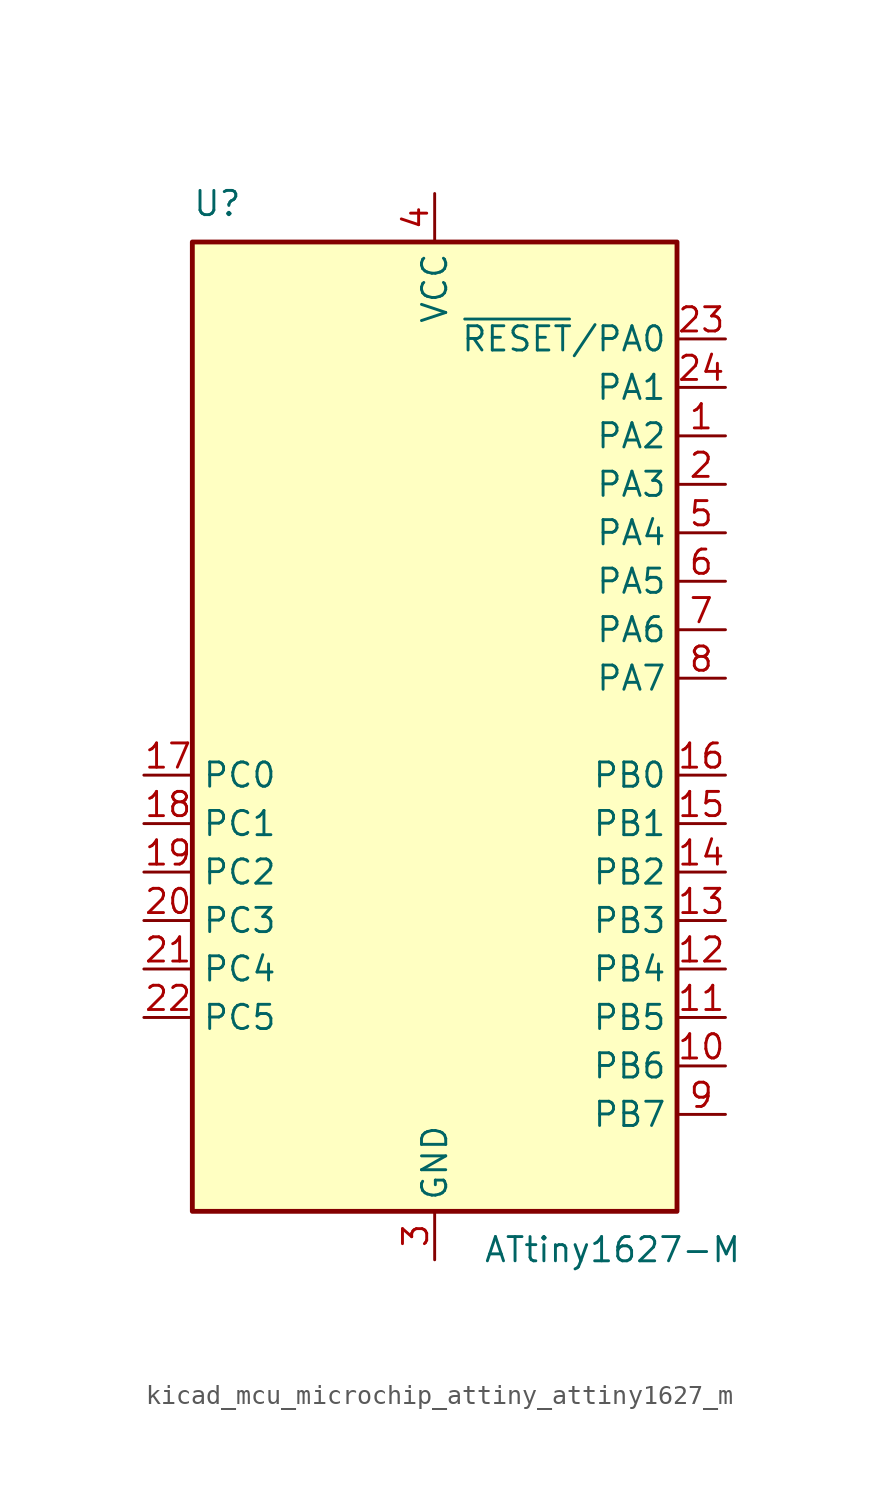
<source format=kicad_sym>
(kicad_symbol_lib
  (version 20220914)
  (generator kicad_symbol_editor)
  (symbol "kicad_mcu_microchip_attiny_attiny1627_m"
    (property "Reference" "U"
      (at -12.7 26.67 0)
      (effects (font (size 1.27 1.27)) (justify left bottom)))
    (property "Value" "ATtiny1627-M"
      (at 2.54 -26.67 0)
      (effects (font (size 1.27 1.27)) (justify left top)))
    (symbol "kicad_mcu_microchip_attiny_attiny1627_m_0_1"
      (rectangle (start -12.7 -25.4) (end 12.7 25.4) (stroke (width 0.254) (type default)) (fill (type background))))
    (symbol "kicad_mcu_microchip_attiny_attiny1627_m_1_1"
      (pin bidirectional line (at 15.24 15.24 180) (length 2.54) (name "PA2" (effects (font (size 1.27 1.27)))) (number "1" (effects (font (size 1.27 1.27)))))
      (pin bidirectional line (at 15.24 -17.78 180) (length 2.54) (name "PB6" (effects (font (size 1.27 1.27)))) (number "10" (effects (font (size 1.27 1.27)))))
      (pin bidirectional line (at 15.24 -15.24 180) (length 2.54) (name "PB5" (effects (font (size 1.27 1.27)))) (number "11" (effects (font (size 1.27 1.27)))))
      (pin bidirectional line (at 15.24 -12.7 180) (length 2.54) (name "PB4" (effects (font (size 1.27 1.27)))) (number "12" (effects (font (size 1.27 1.27)))))
      (pin bidirectional line (at 15.24 -10.16 180) (length 2.54) (name "PB3" (effects (font (size 1.27 1.27)))) (number "13" (effects (font (size 1.27 1.27)))))
      (pin bidirectional line (at 15.24 -7.62 180) (length 2.54) (name "PB2" (effects (font (size 1.27 1.27)))) (number "14" (effects (font (size 1.27 1.27)))))
      (pin bidirectional line (at 15.24 -5.08 180) (length 2.54) (name "PB1" (effects (font (size 1.27 1.27)))) (number "15" (effects (font (size 1.27 1.27)))))
      (pin bidirectional line (at 15.24 -2.54 180) (length 2.54) (name "PB0" (effects (font (size 1.27 1.27)))) (number "16" (effects (font (size 1.27 1.27)))))
      (pin bidirectional line (at -15.24 -2.54 0) (length 2.54) (name "PC0" (effects (font (size 1.27 1.27)))) (number "17" (effects (font (size 1.27 1.27)))))
      (pin bidirectional line (at -15.24 -5.08 0) (length 2.54) (name "PC1" (effects (font (size 1.27 1.27)))) (number "18" (effects (font (size 1.27 1.27)))))
      (pin bidirectional line (at -15.24 -7.62 0) (length 2.54) (name "PC2" (effects (font (size 1.27 1.27)))) (number "19" (effects (font (size 1.27 1.27)))))
      (pin bidirectional line (at 15.24 12.7 180) (length 2.54) (name "PA3" (effects (font (size 1.27 1.27)))) (number "2" (effects (font (size 1.27 1.27)))))
      (pin bidirectional line (at -15.24 -10.16 0) (length 2.54) (name "PC3" (effects (font (size 1.27 1.27)))) (number "20" (effects (font (size 1.27 1.27)))))
      (pin bidirectional line (at -15.24 -12.7 0) (length 2.54) (name "PC4" (effects (font (size 1.27 1.27)))) (number "21" (effects (font (size 1.27 1.27)))))
      (pin bidirectional line (at -15.24 -15.24 0) (length 2.54) (name "PC5" (effects (font (size 1.27 1.27)))) (number "22" (effects (font (size 1.27 1.27)))))
      (pin bidirectional line (at 15.24 20.32 180) (length 2.54) (name "~{RESET}/PA0" (effects (font (size 1.27 1.27)))) (number "23" (effects (font (size 1.27 1.27)))))
      (pin bidirectional line (at 15.24 17.78 180) (length 2.54) (name "PA1" (effects (font (size 1.27 1.27)))) (number "24" (effects (font (size 1.27 1.27)))))
      (pin passive line (at 0 -27.94 90) (length 2.54) hide (name "GND" (effects (font (size 1.27 1.27)))) (number "25" (effects (font (size 1.27 1.27)))))
      (pin power_in line (at 0 -27.94 90) (length 2.54) (name "GND" (effects (font (size 1.27 1.27)))) (number "3" (effects (font (size 1.27 1.27)))))
      (pin power_in line (at 0 27.94 270) (length 2.54) (name "VCC" (effects (font (size 1.27 1.27)))) (number "4" (effects (font (size 1.27 1.27)))))
      (pin bidirectional line (at 15.24 10.16 180) (length 2.54) (name "PA4" (effects (font (size 1.27 1.27)))) (number "5" (effects (font (size 1.27 1.27)))))
      (pin bidirectional line (at 15.24 7.62 180) (length 2.54) (name "PA5" (effects (font (size 1.27 1.27)))) (number "6" (effects (font (size 1.27 1.27)))))
      (pin bidirectional line (at 15.24 5.08 180) (length 2.54) (name "PA6" (effects (font (size 1.27 1.27)))) (number "7" (effects (font (size 1.27 1.27)))))
      (pin bidirectional line (at 15.24 2.54 180) (length 2.54) (name "PA7" (effects (font (size 1.27 1.27)))) (number "8" (effects (font (size 1.27 1.27)))))
      (pin bidirectional line (at 15.24 -20.32 180) (length 2.54) (name "PB7" (effects (font (size 1.27 1.27)))) (number "9" (effects (font (size 1.27 1.27))))))))
</source>
